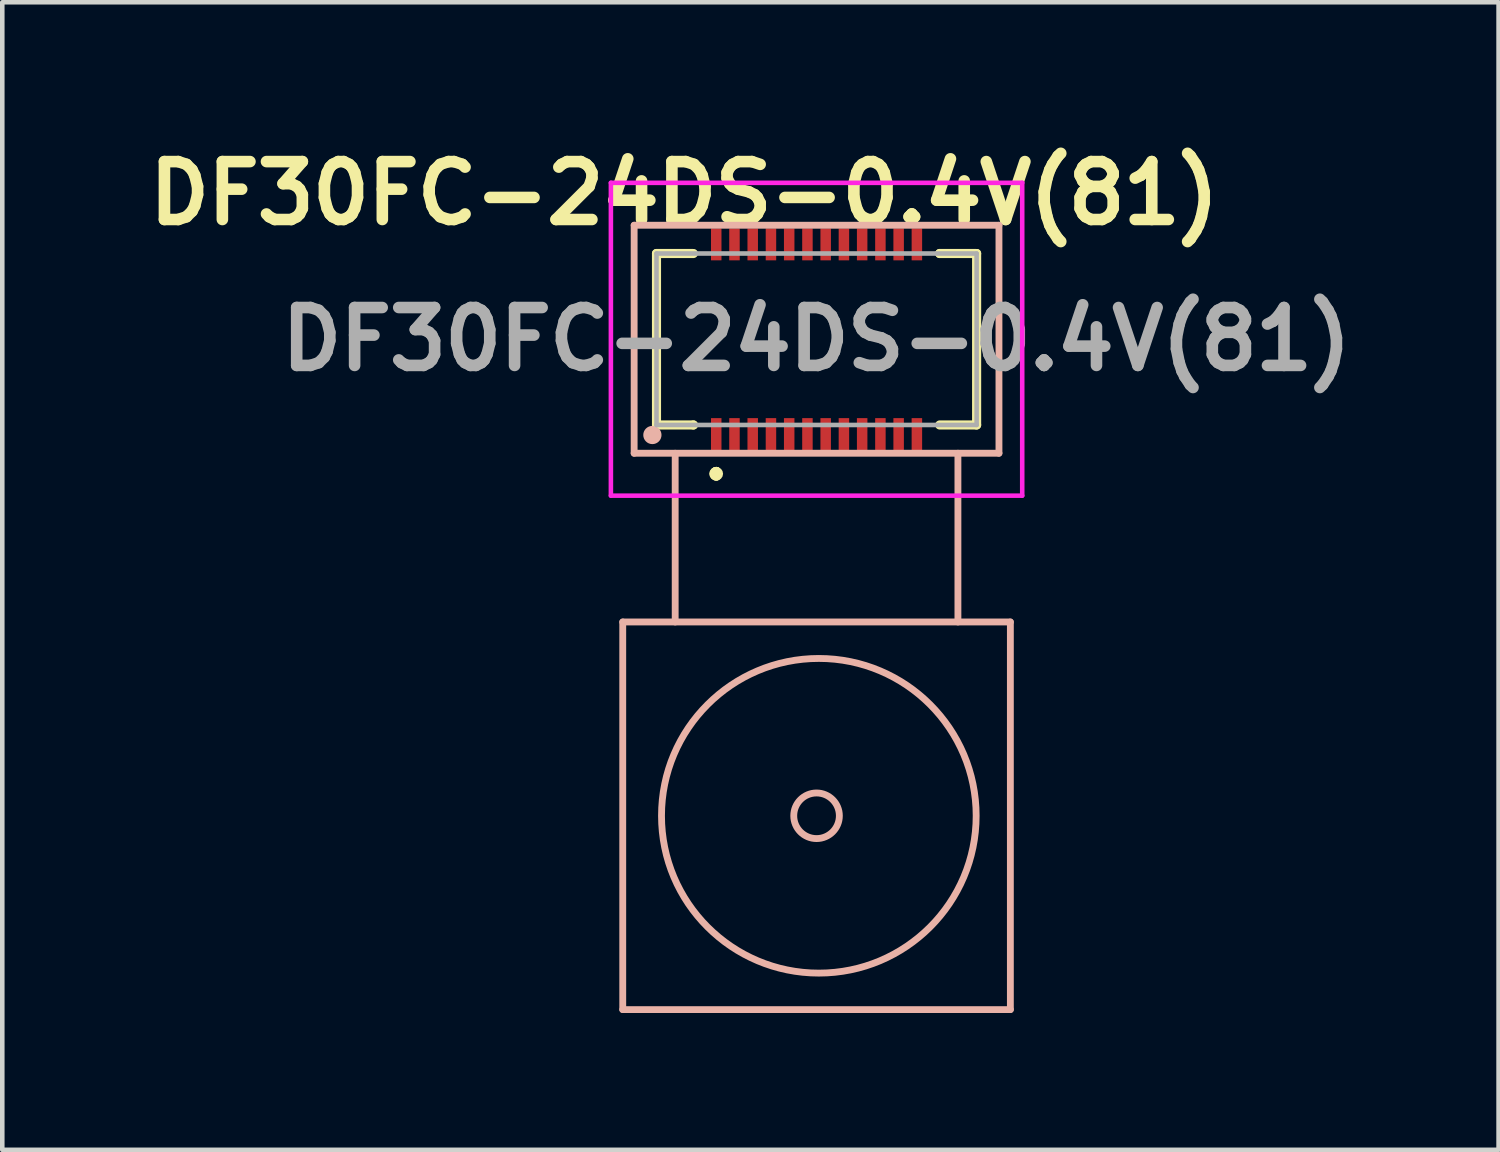
<source format=kicad_pcb>
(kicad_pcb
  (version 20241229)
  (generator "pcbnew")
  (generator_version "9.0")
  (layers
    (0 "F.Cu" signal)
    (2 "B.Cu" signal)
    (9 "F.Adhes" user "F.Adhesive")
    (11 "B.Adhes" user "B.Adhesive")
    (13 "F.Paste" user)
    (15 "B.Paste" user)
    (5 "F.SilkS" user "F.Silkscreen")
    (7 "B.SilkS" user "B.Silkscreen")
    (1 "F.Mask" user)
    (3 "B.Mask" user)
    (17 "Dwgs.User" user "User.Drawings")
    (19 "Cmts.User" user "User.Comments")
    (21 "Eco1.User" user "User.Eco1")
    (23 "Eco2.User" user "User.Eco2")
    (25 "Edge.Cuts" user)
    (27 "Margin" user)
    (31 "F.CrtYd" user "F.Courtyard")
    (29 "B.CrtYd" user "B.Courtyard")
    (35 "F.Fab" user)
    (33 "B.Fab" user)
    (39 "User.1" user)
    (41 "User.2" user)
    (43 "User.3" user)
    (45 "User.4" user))
  (footprint "DF30FC-24DS-0.4V(81)"
    (layer "F.Cu")
    (at 14.856 4.389)
    (property "Reference" "DF30FC-24DS-0.4V(81)" (at -2.9 -3.2 0) (layer "F.SilkS") (effects (font (size 1.27 1.27) (thickness 0.254))))
    (attr smd)
    (fp_line (start -3.51 -1.88) (end -3.51 1.88) (stroke (width 0.2) (type solid)) (layer "F.SilkS"))
    (fp_line (start -3.51 1.88) (end -2.7 1.88) (stroke (width 0.2) (type solid)) (layer "F.SilkS"))
    (fp_line (start -2.7 -1.88) (end -3.51 -1.88) (stroke (width 0.2) (type solid)) (layer "F.SilkS"))
    (fp_line (start -2.7 1.88) (end -2.7 1.88) (stroke (width 0.2) (type solid)) (layer "F.SilkS"))
    (fp_line (start -2.2 2.9) (end -2.2 2.9) (stroke (width 0.2) (type solid)) (layer "F.SilkS"))
    (fp_line (start -2.2 2.9) (end -2.2 2.9) (stroke (width 0.2) (type solid)) (layer "F.SilkS"))
    (fp_line (start -2.2 3) (end -2.2 3) (stroke (width 0.2) (type solid)) (layer "F.SilkS"))
    (fp_line (start 2.7 -1.88) (end 2.7 -1.88) (stroke (width 0.2) (type solid)) (layer "F.SilkS"))
    (fp_line (start 2.7 1.88) (end 3.51 1.88) (stroke (width 0.2) (type solid)) (layer "F.SilkS"))
    (fp_line (start 3.51 -1.88) (end 2.7 -1.88) (stroke (width 0.2) (type solid)) (layer "F.SilkS"))
    (fp_line (start 3.51 1.88) (end 3.51 -1.88) (stroke (width 0.2) (type solid)) (layer "F.SilkS"))
    (fp_arc (start -2.2 2.9) (mid -2.15 2.95) (end -2.2 3) (stroke (width 0.2) (type solid)) (layer "F.SilkS"))
    (fp_arc (start -2.2 3) (mid -2.25 2.95) (end -2.2 2.9) (stroke (width 0.2) (type solid)) (layer "F.SilkS"))
    (fp_arc (start -2.2 3) (mid -2.25 2.95) (end -2.2 2.9) (stroke (width 0.2) (type solid)) (layer "F.SilkS"))
    (fp_line (start -4.25 6.2) (end 4.25 6.2) (stroke (width 0.15) (type solid)) (layer "B.SilkS"))
    (fp_line (start -4.25 14.7) (end -4.25 6.2) (stroke (width 0.15) (type solid)) (layer "B.SilkS"))
    (fp_line (start -4 -2.5) (end 4 -2.5) (stroke (width 0.15) (type solid)) (layer "B.SilkS"))
    (fp_line (start -4 2.5) (end -4 -2.5) (stroke (width 0.15) (type solid)) (layer "B.SilkS"))
    (fp_line (start -3.1 2.5) (end -3.1 6.2) (stroke (width 0.15) (type solid)) (layer "B.SilkS"))
    (fp_line (start 3.1 2.5) (end 3.1 6.2) (stroke (width 0.15) (type solid)) (layer "B.SilkS"))
    (fp_line (start 4 -2.5) (end 4 2.5) (stroke (width 0.15) (type solid)) (layer "B.SilkS"))
    (fp_line (start 4 2.5) (end -4 2.5) (stroke (width 0.15) (type solid)) (layer "B.SilkS"))
    (fp_line (start 4.25 6.2) (end 4.25 14.7) (stroke (width 0.15) (type solid)) (layer "B.SilkS"))
    (fp_line (start 4.25 14.7) (end -4.25 14.7) (stroke (width 0.15) (type solid)) (layer "B.SilkS"))
    (fp_circle (center -3.6 2.1) (end -3.5 2.1) (stroke (width 0.2) (type solid)) (fill no) (layer "B.SilkS"))
    (fp_circle (center 0 10.45) (end 0.5 10.45) (stroke (width 0.15) (type solid)) (fill no) (layer "B.SilkS"))
    (fp_circle (center 0.05 10.45) (end 3.5 10.45) (stroke (width 0.15) (type solid)) (fill no) (layer "B.SilkS"))
    (fp_line (start -4.51 -3.43) (end 4.51 -3.43) (stroke (width 0.1) (type solid)) (layer "F.CrtYd"))
    (fp_line (start -4.51 3.43) (end -4.51 -3.43) (stroke (width 0.1) (type solid)) (layer "F.CrtYd"))
    (fp_line (start 4.51 -3.43) (end 4.51 3.43) (stroke (width 0.1) (type solid)) (layer "F.CrtYd"))
    (fp_line (start 4.51 3.43) (end -4.51 3.43) (stroke (width 0.1) (type solid)) (layer "F.CrtYd"))
    (fp_line (start -3.51 -1.88) (end -3.51 1.88) (stroke (width 0.1) (type solid)) (layer "F.Fab"))
    (fp_line (start -3.51 1.88) (end 3.51 1.88) (stroke (width 0.1) (type solid)) (layer "F.Fab"))
    (fp_line (start 3.51 -1.88) (end -3.51 -1.88) (stroke (width 0.1) (type solid)) (layer "F.Fab"))
    (fp_line (start 3.51 1.88) (end 3.51 -1.88) (stroke (width 0.1) (type solid)) (layer "F.Fab"))
    (fp_text user "${REFERENCE}" (at 0 0 0) (layer "F.Fab") (effects (font (size 1.27 1.27) (thickness 0.254))))
    (pad "1" smd rect (at 2.2 -2.08) (size 0.23 0.7) (layers "F.Cu" "F.Mask" "F.Paste"))
    (pad "2" smd rect (at 1.8 -2.08) (size 0.23 0.7) (layers "F.Cu" "F.Mask" "F.Paste"))
    (pad "3" smd rect (at 1.4 -2.08) (size 0.23 0.7) (layers "F.Cu" "F.Mask" "F.Paste"))
    (pad "4" smd rect (at 1 -2.08) (size 0.23 0.7) (layers "F.Cu" "F.Mask" "F.Paste"))
    (pad "5" smd rect (at 0.6 -2.08) (size 0.23 0.7) (layers "F.Cu" "F.Mask" "F.Paste"))
    (pad "6" smd rect (at 0.2 -2.08) (size 0.23 0.7) (layers "F.Cu" "F.Mask" "F.Paste"))
    (pad "7" smd rect (at -0.2 -2.08) (size 0.23 0.7) (layers "F.Cu" "F.Mask" "F.Paste"))
    (pad "8" smd rect (at -0.6 -2.08) (size 0.23 0.7) (layers "F.Cu" "F.Mask" "F.Paste"))
    (pad "9" smd rect (at -1 -2.08) (size 0.23 0.7) (layers "F.Cu" "F.Mask" "F.Paste"))
    (pad "10" smd rect (at -1.4 -2.08) (size 0.23 0.7) (layers "F.Cu" "F.Mask" "F.Paste"))
    (pad "11" smd rect (at -1.8 -2.08) (size 0.23 0.7) (layers "F.Cu" "F.Mask" "F.Paste"))
    (pad "12" smd rect (at -2.2 -2.08) (size 0.23 0.7) (layers "F.Cu" "F.Mask" "F.Paste"))
    (pad "13" smd rect (at -2.2 2.08) (size 0.23 0.7) (layers "F.Cu" "F.Mask" "F.Paste"))
    (pad "14" smd rect (at -1.8 2.08) (size 0.23 0.7) (layers "F.Cu" "F.Mask" "F.Paste"))
    (pad "15" smd rect (at -1.4 2.08) (size 0.23 0.7) (layers "F.Cu" "F.Mask" "F.Paste"))
    (pad "16" smd rect (at -1 2.08) (size 0.23 0.7) (layers "F.Cu" "F.Mask" "F.Paste"))
    (pad "17" smd rect (at -0.6 2.08) (size 0.23 0.7) (layers "F.Cu" "F.Mask" "F.Paste"))
    (pad "18" smd rect (at -0.2 2.08) (size 0.23 0.7) (layers "F.Cu" "F.Mask" "F.Paste"))
    (pad "19" smd rect (at 0.2 2.08) (size 0.23 0.7) (layers "F.Cu" "F.Mask" "F.Paste"))
    (pad "20" smd rect (at 0.6 2.08) (size 0.23 0.7) (layers "F.Cu" "F.Mask" "F.Paste"))
    (pad "21" smd rect (at 1 2.08) (size 0.23 0.7) (layers "F.Cu" "F.Mask" "F.Paste"))
    (pad "22" smd rect (at 1.4 2.08) (size 0.23 0.7) (layers "F.Cu" "F.Mask" "F.Paste"))
    (pad "23" smd rect (at 1.8 2.08) (size 0.23 0.7) (layers "F.Cu" "F.Mask" "F.Paste"))
    (pad "24" smd rect (at 2.2 2.08) (size 0.23 0.7) (layers "F.Cu" "F.Mask" "F.Paste")))
  (gr_rect
    (start -3 -3)
    (end 29.812 22.164)
    (stroke (width 0.1) (type default))
    (fill no)
    (layer "Edge.Cuts")))
</source>
